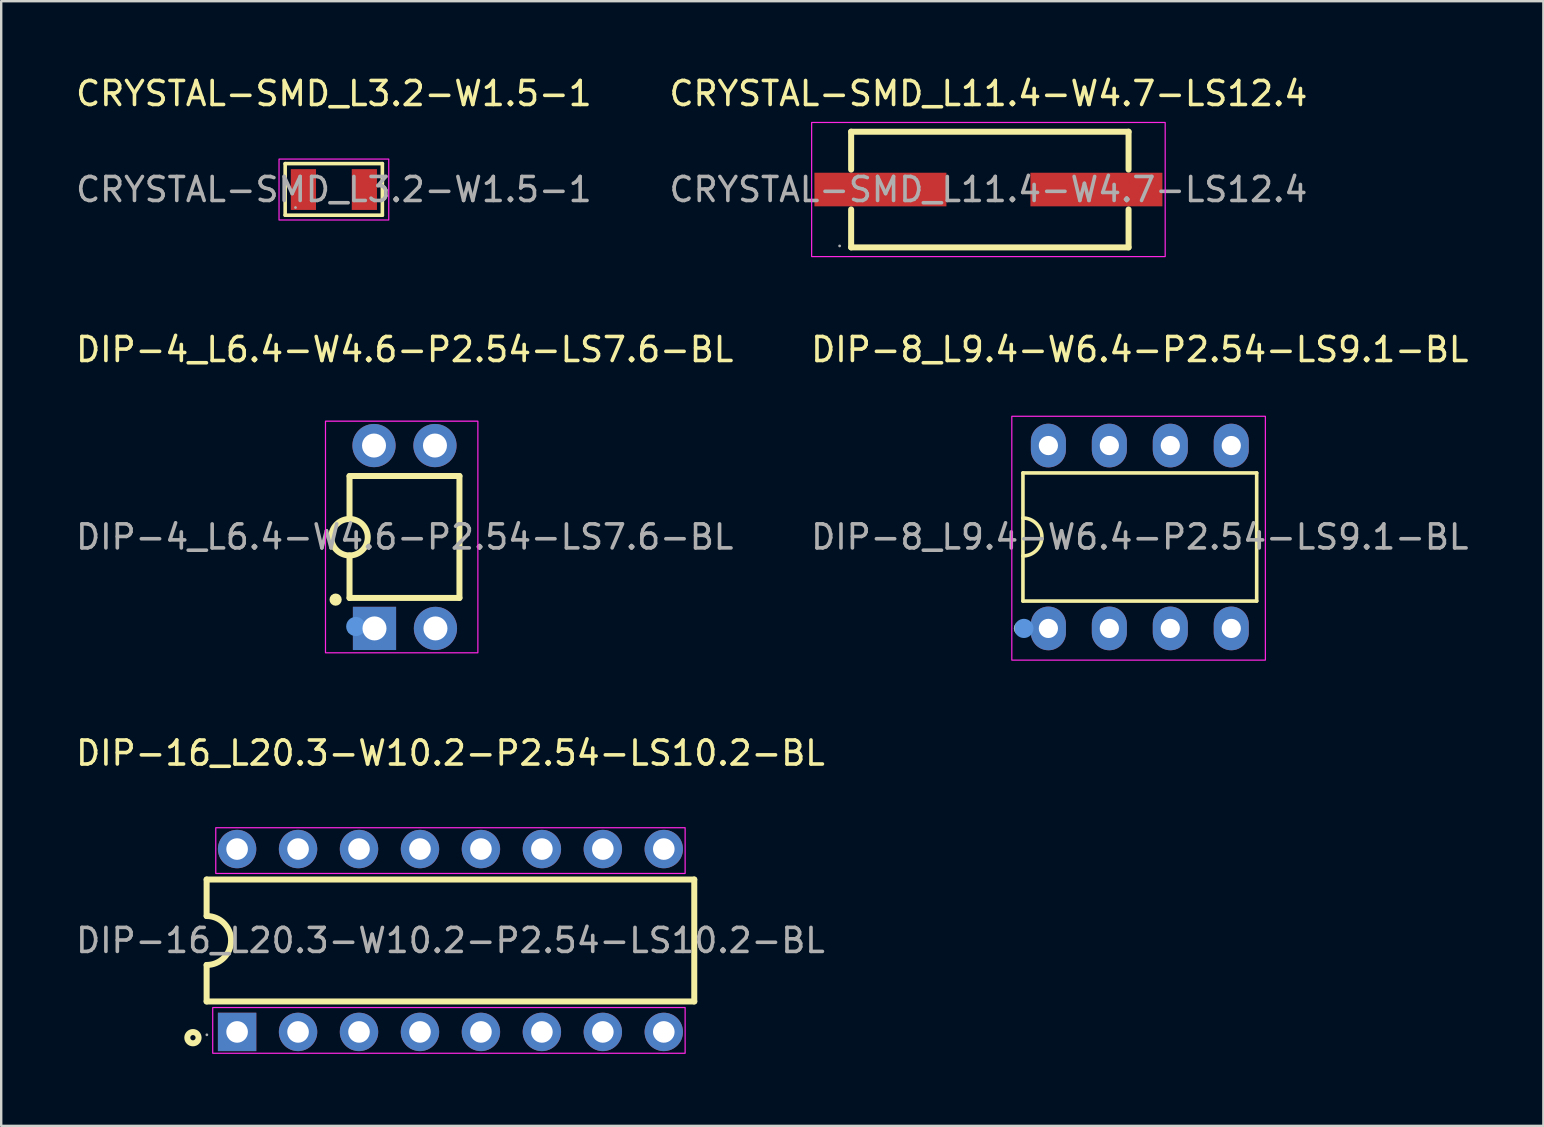
<source format=kicad_pcb>
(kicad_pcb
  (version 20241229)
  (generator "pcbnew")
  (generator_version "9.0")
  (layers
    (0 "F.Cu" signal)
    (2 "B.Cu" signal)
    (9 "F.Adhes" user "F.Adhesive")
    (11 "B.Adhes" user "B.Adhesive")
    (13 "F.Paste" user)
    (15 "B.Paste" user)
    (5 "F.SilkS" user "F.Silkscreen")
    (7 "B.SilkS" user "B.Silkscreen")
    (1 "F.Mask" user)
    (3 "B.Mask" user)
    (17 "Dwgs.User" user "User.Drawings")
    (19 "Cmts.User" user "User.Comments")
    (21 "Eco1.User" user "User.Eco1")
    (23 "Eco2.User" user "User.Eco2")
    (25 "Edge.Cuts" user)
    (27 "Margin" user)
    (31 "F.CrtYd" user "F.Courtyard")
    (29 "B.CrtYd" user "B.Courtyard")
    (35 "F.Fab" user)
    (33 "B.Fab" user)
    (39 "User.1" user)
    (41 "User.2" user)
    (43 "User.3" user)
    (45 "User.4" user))
  (footprint "DIP-8_L9.4-W6.4-P2.54-LS9.1-BL"
    (layer "F.Cu")
    (at 44.446 19.326)
    (property "Reference" "DIP-8_L9.4-W6.4-P2.54-LS9.1-BL" (at 0 -7.81 0) (layer "F.SilkS") (effects (font (size 1 1) (thickness 0.15))))
    (attr smd)
    (fp_line (start -4.87 -2.67) (end 4.87 -2.67) (stroke (width 0.15) (type solid)) (layer "F.SilkS"))
    (fp_line (start -4.87 2.67) (end -4.87 -2.67) (stroke (width 0.15) (type solid)) (layer "F.SilkS"))
    (fp_line (start 4.87 -2.67) (end 4.87 2.67) (stroke (width 0.15) (type solid)) (layer "F.SilkS"))
    (fp_line (start 4.87 2.67) (end -4.87 2.67) (stroke (width 0.15) (type solid)) (layer "F.SilkS"))
    (fp_arc (start -4.87 -0.79) (mid -4.08 0) (end -4.87 0.79) (stroke (width 0.15) (type solid)) (layer "F.SilkS"))
    (fp_circle (center -4.95 3.81) (end -4.8 3.81) (stroke (width 0.3) (type solid)) (fill no) (layer "F.SilkS"))
    (fp_circle (center -4.83 3.81) (end -4.63 3.81) (stroke (width 0.4) (type solid)) (fill no) (layer "Cmts.User"))
    (fp_rect (start -5.334 -5.029) (end 5.232 5.131) (stroke (width 0.05) (type default)) (fill no) (layer "F.CrtYd"))
    (fp_circle (center -4.8 3.93) (end -4.77 3.93) (stroke (width 0.06) (type solid)) (fill no) (layer "F.Fab"))
    (fp_text user "${REFERENCE}" (at 0 0 0) (layer "F.Fab") (effects (font (size 1 1) (thickness 0.15))))
    (pad "1" thru_hole oval (at -3.81 3.81) (size 1.46 1.82) (drill 0.8) (layers "*.Cu" "*.Mask"))
    (pad "2" thru_hole oval (at -1.27 3.81) (size 1.46 1.82) (drill 0.8) (layers "*.Cu" "*.Mask"))
    (pad "3" thru_hole oval (at 1.27 3.81) (size 1.46 1.82) (drill 0.8) (layers "*.Cu" "*.Mask"))
    (pad "4" thru_hole oval (at 3.81 3.81) (size 1.46 1.82) (drill 0.8) (layers "*.Cu" "*.Mask"))
    (pad "5" thru_hole oval (at 3.81 -3.81) (size 1.46 1.82) (drill 0.8) (layers "*.Cu" "*.Mask"))
    (pad "6" thru_hole oval (at 1.27 -3.81) (size 1.46 1.82) (drill 0.8) (layers "*.Cu" "*.Mask"))
    (pad "7" thru_hole oval (at -1.27 -3.81) (size 1.46 1.82) (drill 0.8) (layers "*.Cu" "*.Mask"))
    (pad "8" thru_hole oval (at -3.81 -3.81) (size 1.46 1.82) (drill 0.8) (layers "*.Cu" "*.Mask")))
  (footprint "CRYSTAL-SMD_L11.4-W4.7-LS12.4"
    (layer "F.Cu")
    (at 38.137 4.848)
    (property "Reference" "CRYSTAL-SMD_L11.4-W4.7-LS12.4" (at 0 -4 0) (layer "F.SilkS") (effects (font (size 1 1) (thickness 0.15))))
    (attr through_hole)
    (fp_line (start -5.72 -2.41) (end 5.84 -2.41) (stroke (width 0.25) (type solid)) (layer "F.SilkS"))
    (fp_line (start -5.72 -0.83) (end -5.72 -2.41) (stroke (width 0.25) (type solid)) (layer "F.SilkS"))
    (fp_line (start -5.72 2.41) (end -5.72 0.83) (stroke (width 0.25) (type solid)) (layer "F.SilkS"))
    (fp_line (start 5.84 -2.41) (end 5.84 -0.83) (stroke (width 0.25) (type solid)) (layer "F.SilkS"))
    (fp_line (start 5.84 0.83) (end 5.84 2.41) (stroke (width 0.25) (type solid)) (layer "F.SilkS"))
    (fp_line (start 5.84 2.41) (end -5.72 2.41) (stroke (width 0.25) (type solid)) (layer "F.SilkS"))
    (fp_rect (start -7.366 -2.794) (end 7.366 2.794) (stroke (width 0.05) (type default)) (fill no) (layer "F.CrtYd"))
    (fp_circle (center -6.2 2.35) (end -6.17 2.35) (stroke (width 0.06) (type solid)) (fill no) (layer "F.Fab"))
    (fp_text user "${REFERENCE}" (at 0 0 0) (layer "F.Fab") (effects (font (size 1 1) (thickness 0.15))))
    (pad "1" smd rect (at -4.5 0) (size 5.5 1.4) (layers "F.Cu" "F.Mask" "F.Paste"))
    (pad "2" smd rect (at 4.5 0) (size 5.5 1.4) (layers "F.Cu" "F.Mask" "F.Paste")))
  (footprint "DIP-16_L20.3-W10.2-P2.54-LS10.2-BL"
    (layer "F.Cu")
    (at 15.72 36.14)
    (property "Reference" "DIP-16_L20.3-W10.2-P2.54-LS10.2-BL" (at 0 -7.81 0) (layer "F.SilkS") (effects (font (size 1 1) (thickness 0.15))))
    (attr smd)
    (fp_line (start -10.16 -2.54) (end -10.16 -1.02) (stroke (width 0.25) (type solid)) (layer "F.SilkS"))
    (fp_line (start -10.16 -2.54) (end 10.16 -2.54) (stroke (width 0.25) (type solid)) (layer "F.SilkS"))
    (fp_line (start -10.16 2.54) (end -10.16 1.02) (stroke (width 0.25) (type solid)) (layer "F.SilkS"))
    (fp_line (start -10.16 2.54) (end 10.16 2.54) (stroke (width 0.25) (type solid)) (layer "F.SilkS"))
    (fp_line (start 10.16 -2.54) (end 10.16 2.54) (stroke (width 0.25) (type solid)) (layer "F.SilkS"))
    (fp_arc (start -10.16 -1.02) (mid -9.14 0) (end -10.16 1.02) (stroke (width 0.25) (type solid)) (layer "F.SilkS"))
    (fp_circle (center -10.73 4.05) (end -10.62 4.05) (stroke (width 0.25) (type solid)) (fill no) (layer "F.SilkS"))
    (fp_rect (start -9.906 2.794) (end 9.779 4.699) (stroke (width 0.05) (type default)) (fill no) (layer "F.CrtYd"))
    (fp_rect (start -9.779 -4.699) (end 9.779 -2.794) (stroke (width 0.05) (type default)) (fill no) (layer "F.CrtYd"))
    (fp_circle (center -10.15 3.93) (end -10.12 3.93) (stroke (width 0.06) (type solid)) (fill no) (layer "F.Fab"))
    (fp_circle (center -8.89 -3.81) (end -8.77 -3.81) (stroke (width 0.25) (type solid)) (fill no) (layer "F.Fab"))
    (fp_circle (center -8.89 3.81) (end -8.77 3.81) (stroke (width 0.25) (type solid)) (fill no) (layer "F.Fab"))
    (fp_circle (center -6.35 -3.81) (end -6.23 -3.81) (stroke (width 0.25) (type solid)) (fill no) (layer "F.Fab"))
    (fp_circle (center -6.35 3.81) (end -6.23 3.81) (stroke (width 0.25) (type solid)) (fill no) (layer "F.Fab"))
    (fp_circle (center -3.81 -3.81) (end -3.69 -3.81) (stroke (width 0.25) (type solid)) (fill no) (layer "F.Fab"))
    (fp_circle (center -3.81 3.81) (end -3.69 3.81) (stroke (width 0.25) (type solid)) (fill no) (layer "F.Fab"))
    (fp_circle (center -1.27 -3.81) (end -1.15 -3.81) (stroke (width 0.25) (type solid)) (fill no) (layer "F.Fab"))
    (fp_circle (center -1.27 3.81) (end -1.15 3.81) (stroke (width 0.25) (type solid)) (fill no) (layer "F.Fab"))
    (fp_circle (center 1.27 -3.81) (end 1.39 -3.81) (stroke (width 0.25) (type solid)) (fill no) (layer "F.Fab"))
    (fp_circle (center 1.27 3.81) (end 1.39 3.81) (stroke (width 0.25) (type solid)) (fill no) (layer "F.Fab"))
    (fp_circle (center 3.81 -3.81) (end 3.93 -3.81) (stroke (width 0.25) (type solid)) (fill no) (layer "F.Fab"))
    (fp_circle (center 3.81 3.81) (end 3.93 3.81) (stroke (width 0.25) (type solid)) (fill no) (layer "F.Fab"))
    (fp_circle (center 6.35 -3.81) (end 6.47 -3.81) (stroke (width 0.25) (type solid)) (fill no) (layer "F.Fab"))
    (fp_circle (center 6.35 3.81) (end 6.47 3.81) (stroke (width 0.25) (type solid)) (fill no) (layer "F.Fab"))
    (fp_circle (center 8.89 -3.81) (end 9.01 -3.81) (stroke (width 0.25) (type solid)) (fill no) (layer "F.Fab"))
    (fp_circle (center 8.89 3.81) (end 9.01 3.81) (stroke (width 0.25) (type solid)) (fill no) (layer "F.Fab"))
    (fp_text user "${REFERENCE}" (at 0 0 0) (layer "F.Fab") (effects (font (size 1 1) (thickness 0.15))))
    (pad "1" thru_hole rect (at -8.89 3.81) (size 1.6 1.6) (drill 0.9) (layers "*.Cu" "*.Mask"))
    (pad "2" thru_hole circle (at -6.35 3.81) (size 1.6 1.6) (drill 0.9) (layers "*.Cu" "*.Mask"))
    (pad "3" thru_hole circle (at -3.81 3.81) (size 1.6 1.6) (drill 0.9) (layers "*.Cu" "*.Mask"))
    (pad "4" thru_hole circle (at -1.27 3.81) (size 1.6 1.6) (drill 0.9) (layers "*.Cu" "*.Mask"))
    (pad "5" thru_hole circle (at 1.27 3.81) (size 1.6 1.6) (drill 0.9) (layers "*.Cu" "*.Mask"))
    (pad "6" thru_hole circle (at 3.81 3.81) (size 1.6 1.6) (drill 0.9) (layers "*.Cu" "*.Mask"))
    (pad "7" thru_hole circle (at 6.35 3.81) (size 1.6 1.6) (drill 0.9) (layers "*.Cu" "*.Mask"))
    (pad "8" thru_hole circle (at 8.89 3.81) (size 1.6 1.6) (drill 0.9) (layers "*.Cu" "*.Mask"))
    (pad "9" thru_hole circle (at 8.89 -3.81) (size 1.6 1.6) (drill 0.9) (layers "*.Cu" "*.Mask"))
    (pad "10" thru_hole circle (at 6.35 -3.81) (size 1.6 1.6) (drill 0.9) (layers "*.Cu" "*.Mask"))
    (pad "11" thru_hole circle (at 3.81 -3.81) (size 1.6 1.6) (drill 0.9) (layers "*.Cu" "*.Mask"))
    (pad "12" thru_hole circle (at 1.27 -3.81) (size 1.6 1.6) (drill 0.9) (layers "*.Cu" "*.Mask"))
    (pad "13" thru_hole circle (at -1.27 -3.81) (size 1.6 1.6) (drill 0.9) (layers "*.Cu" "*.Mask"))
    (pad "14" thru_hole circle (at -3.81 -3.81) (size 1.6 1.6) (drill 0.9) (layers "*.Cu" "*.Mask"))
    (pad "15" thru_hole circle (at -6.35 -3.81) (size 1.6 1.6) (drill 0.9) (layers "*.Cu" "*.Mask"))
    (pad "16" thru_hole circle (at -8.89 -3.81) (size 1.6 1.6) (drill 0.9) (layers "*.Cu" "*.Mask")))
  (footprint "DIP-4_L6.4-W4.6-P2.54-LS7.6-BL"
    (layer "F.Cu")
    (at 13.815 19.326)
    (property "Reference" "DIP-4_L6.4-W4.6-P2.54-LS7.6-BL" (at 0 -7.81 0) (layer "F.SilkS") (effects (font (size 1 1) (thickness 0.15))))
    (attr smd)
    (fp_line (start -2.3 -2.54) (end -2.3 -0.76) (stroke (width 0.25) (type solid)) (layer "F.SilkS"))
    (fp_line (start -2.3 -2.54) (end 2.28 -2.54) (stroke (width 0.25) (type solid)) (layer "F.SilkS"))
    (fp_line (start -2.3 0.77) (end -2.3 2.54) (stroke (width 0.25) (type solid)) (layer "F.SilkS"))
    (fp_line (start -2.3 2.54) (end 2.28 2.54) (stroke (width 0.25) (type solid)) (layer "F.SilkS"))
    (fp_line (start 2.28 -2.54) (end 2.28 2.54) (stroke (width 0.25) (type solid)) (layer "F.SilkS"))
    (fp_arc (start -2.313264 0.769884) (mid -2.293368 -0.749971) (end -2.3 0.77) (stroke (width 0.25) (type solid)) (layer "F.SilkS"))
    (fp_circle (center -2.88 2.61) (end -2.75 2.61) (stroke (width 0.25) (type solid)) (fill no) (layer "F.SilkS"))
    (fp_circle (center -2.04 3.73) (end -1.84 3.73) (stroke (width 0.4) (type solid)) (fill no) (layer "Cmts.User"))
    (fp_rect (start -3.302 -4.826) (end 3.048 4.826) (stroke (width 0.05) (type default)) (fill no) (layer "F.CrtYd"))
    (fp_circle (center -2.3 3.94) (end -2.27 3.94) (stroke (width 0.06) (type solid)) (fill no) (layer "F.Fab"))
    (fp_text user "${REFERENCE}" (at 0 0 0) (layer "F.Fab") (effects (font (size 1 1) (thickness 0.15))))
    (pad "1" thru_hole rect (at -1.26 3.81 180) (size 1.8 1.8) (drill 1) (layers "*.Cu" "*.Mask"))
    (pad "2" thru_hole circle (at 1.28 3.81 90) (size 1.8 1.8) (drill 1) (layers "*.Cu" "*.Mask"))
    (pad "3" thru_hole circle (at 1.26 -3.81 90) (size 1.8 1.8) (drill 1) (layers "*.Cu" "*.Mask"))
    (pad "4" thru_hole circle (at -1.28 -3.81 90) (size 1.8 1.8) (drill 1) (layers "*.Cu" "*.Mask")))
  (footprint "CRYSTAL-SMD_L3.2-W1.5-1"
    (layer "F.Cu")
    (at 10.863 4.848)
    (property "Reference" "CRYSTAL-SMD_L3.2-W1.5-1" (at 0 -4 0) (layer "F.SilkS") (effects (font (size 1 1) (thickness 0.15))))
    (attr smd)
    (fp_line (start -2.03 -1.08) (end 2.02 -1.08) (stroke (width 0.15) (type solid)) (layer "F.SilkS"))
    (fp_line (start -2.03 1.07) (end -2.03 -1.08) (stroke (width 0.15) (type solid)) (layer "F.SilkS"))
    (fp_line (start 2.02 -1.08) (end 2.02 1.07) (stroke (width 0.15) (type solid)) (layer "F.SilkS"))
    (fp_line (start 2.02 1.07) (end -2.03 1.07) (stroke (width 0.15) (type solid)) (layer "F.SilkS"))
    (fp_rect (start -2.286 -1.27) (end 2.286 1.27) (stroke (width 0.05) (type default)) (fill no) (layer "F.CrtYd"))
    (fp_circle (center -1.6 0.75) (end -1.57 0.75) (stroke (width 0.06) (type solid)) (fill no) (layer "F.Fab"))
    (fp_text user "${REFERENCE}" (at 0 0 0) (layer "F.Fab") (effects (font (size 1 1) (thickness 0.15))))
    (pad "1" smd rect (at -1.27 0) (size 1.05 1.7) (layers "F.Cu" "F.Mask" "F.Paste"))
    (pad "2" smd rect (at 1.27 0) (size 1.05 1.7) (layers "F.Cu" "F.Mask" "F.Paste")))
  (gr_rect
    (start -3 -3)
    (end 61.262 43.864)
    (stroke (width 0.1) (type default))
    (fill no)
    (layer "Edge.Cuts")))
</source>
